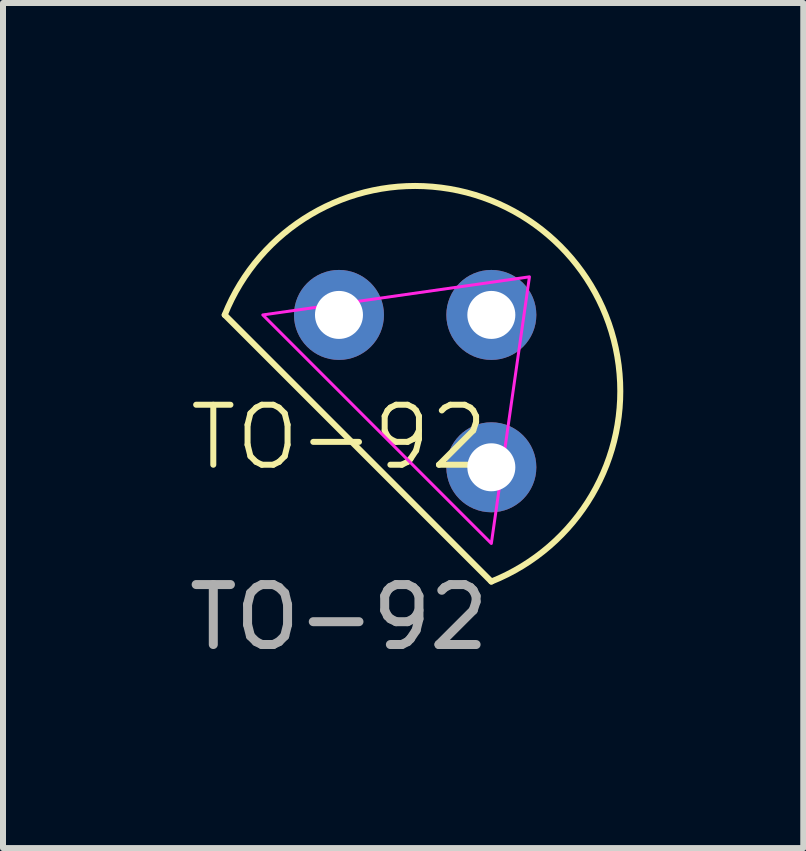
<source format=kicad_pcb>
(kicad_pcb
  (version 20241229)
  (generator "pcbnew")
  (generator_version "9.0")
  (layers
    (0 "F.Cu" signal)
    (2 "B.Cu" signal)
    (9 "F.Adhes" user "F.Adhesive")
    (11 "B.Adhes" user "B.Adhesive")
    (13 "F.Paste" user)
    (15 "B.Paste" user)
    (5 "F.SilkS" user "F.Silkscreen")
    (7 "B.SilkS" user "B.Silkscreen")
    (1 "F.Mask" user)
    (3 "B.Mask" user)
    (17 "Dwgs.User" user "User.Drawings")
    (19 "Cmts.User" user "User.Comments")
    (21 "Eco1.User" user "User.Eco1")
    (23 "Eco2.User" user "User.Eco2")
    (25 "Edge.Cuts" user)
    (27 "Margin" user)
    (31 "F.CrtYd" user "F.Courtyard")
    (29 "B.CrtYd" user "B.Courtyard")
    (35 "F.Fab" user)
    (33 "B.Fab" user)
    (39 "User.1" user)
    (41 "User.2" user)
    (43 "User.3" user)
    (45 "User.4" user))
  (footprint "TO-92"
    (layer "F.Cu")
    (at 2.601 4.74)
    (property "Reference" "TO-92" (at 0 -0.5 0) (unlocked yes) (layer "F.SilkS") (effects (font (size 1 1) (thickness 0.1))))
    (attr through_hole)
    (fp_line (start -1.905 -2.54) (end 2.54 1.905) (stroke (width 0.1) (type default)) (layer "F.SilkS"))
    (fp_arc (start -1.905 -2.54) (mid 3.688008 -3.688008) (end 2.54 1.905) (stroke (width 0.1) (type default)) (layer "F.SilkS"))
    (fp_poly (pts (xy -1.27 -2.54) (xy 2.54 1.27) (xy 3.175 -3.175)) (stroke (width 0.05) (type solid)) (fill no) (layer "F.CrtYd"))
    (fp_text user "${REFERENCE}" (at 0 2.5 0) (unlocked yes) (layer "F.Fab") (effects (font (size 1 1) (thickness 0.15))))
    (pad "1" thru_hole circle (at 0 -2.54) (size 1.5 1.5) (drill 0.8) (layers "*.Cu" "*.Mask"))
    (pad "2" thru_hole circle (at 2.54 -2.54) (size 1.5 1.5) (drill 0.8) (layers "*.Cu" "*.Mask"))
    (pad "3" thru_hole circle (at 2.54 0) (size 1.5 1.5) (drill 0.8) (layers "*.Cu" "*.Mask")))
  (gr_rect
    (start -3 -3)
    (end 10.341 11.088)
    (stroke (width 0.1) (type default))
    (fill no)
    (layer "Edge.Cuts")))
</source>
